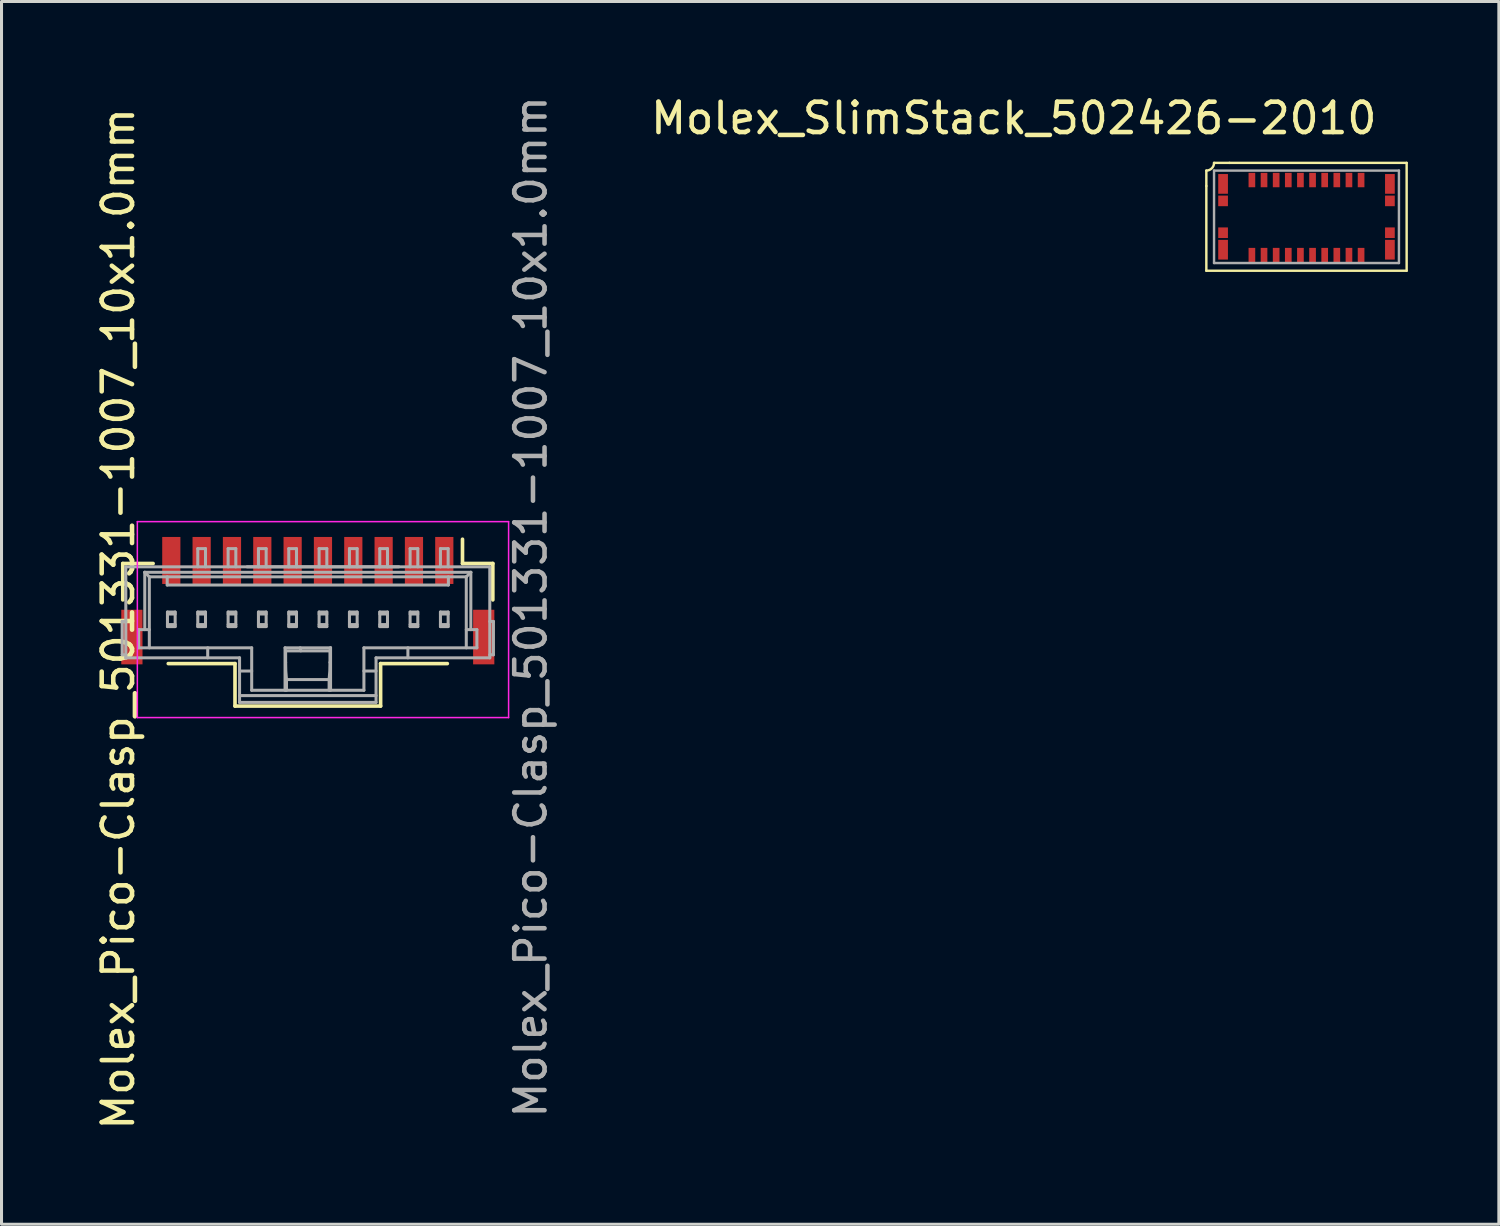
<source format=kicad_pcb>
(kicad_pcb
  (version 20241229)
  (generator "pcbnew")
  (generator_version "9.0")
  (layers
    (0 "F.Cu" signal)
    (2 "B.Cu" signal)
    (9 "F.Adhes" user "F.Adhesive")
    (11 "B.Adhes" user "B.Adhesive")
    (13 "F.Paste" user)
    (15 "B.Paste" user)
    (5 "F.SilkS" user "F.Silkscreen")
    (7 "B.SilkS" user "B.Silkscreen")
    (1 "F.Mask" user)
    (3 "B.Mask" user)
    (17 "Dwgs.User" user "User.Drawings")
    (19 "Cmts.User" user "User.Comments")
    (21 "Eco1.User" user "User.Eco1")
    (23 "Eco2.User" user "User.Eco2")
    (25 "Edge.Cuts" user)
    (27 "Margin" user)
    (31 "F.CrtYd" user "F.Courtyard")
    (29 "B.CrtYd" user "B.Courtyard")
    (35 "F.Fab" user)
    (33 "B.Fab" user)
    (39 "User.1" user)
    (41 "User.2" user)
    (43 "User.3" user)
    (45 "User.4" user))
  (footprint "Molex_Pico-Clasp_501331-1007_10x1.0mm"
    (layer "F.Cu")
    (at 7.598 17.378)
    (property "Reference" "Molex_Pico-Clasp_501331-1007_10x1.0mm" (at -6.75 -0.025 90) (layer "F.SilkS") (effects (font (size 1 1) (thickness 0.15))))
    (attr smd)
    (fp_line (start -6.6 -1.85) (end -5.6 -1.85) (stroke (width 0.12) (type solid)) (layer "F.SilkS"))
    (fp_line (start -6.6 -0.65) (end -6.6 -1.85) (stroke (width 0.12) (type solid)) (layer "F.SilkS"))
    (fp_line (start -2.9 1.45) (end -5.1 1.45) (stroke (width 0.12) (type solid)) (layer "F.SilkS"))
    (fp_line (start -2.9 2.85) (end -2.9 1.45) (stroke (width 0.12) (type solid)) (layer "F.SilkS"))
    (fp_line (start -2.9 2.85) (end 1.9 2.85) (stroke (width 0.12) (type solid)) (layer "F.SilkS"))
    (fp_line (start 1.9 1.45) (end 4.1 1.45) (stroke (width 0.12) (type solid)) (layer "F.SilkS"))
    (fp_line (start 1.9 2.85) (end 1.9 1.45) (stroke (width 0.12) (type solid)) (layer "F.SilkS"))
    (fp_line (start 4.6 -1.85) (end 4.6 -2.65) (stroke (width 0.12) (type solid)) (layer "F.SilkS"))
    (fp_line (start 5.6 -1.85) (end 4.6 -1.85) (stroke (width 0.12) (type solid)) (layer "F.SilkS"))
    (fp_line (start 5.6 -0.65) (end 5.6 -1.85) (stroke (width 0.12) (type solid)) (layer "F.SilkS"))
    (fp_line (start -6.12 -3.23) (end 6.12 -3.23) (stroke (width 0.05) (type solid)) (layer "F.CrtYd"))
    (fp_line (start -6.12 3.23) (end -6.12 -3.23) (stroke (width 0.05) (type solid)) (layer "F.CrtYd"))
    (fp_line (start 6.12 -3.23) (end 6.12 3.23) (stroke (width 0.05) (type solid)) (layer "F.CrtYd"))
    (fp_line (start 6.12 3.23) (end -6.12 3.23) (stroke (width 0.05) (type solid)) (layer "F.CrtYd"))
    (fp_line (start -6.62 0.06) (end -6.62 1.16) (stroke (width 0.1) (type solid)) (layer "F.Fab"))
    (fp_line (start -6.62 0.06) (end -6.5 0.06) (stroke (width 0.1) (type solid)) (layer "F.Fab"))
    (fp_line (start -6.5 -1.74) (end 5.5 -1.74) (stroke (width 0.1) (type solid)) (layer "F.Fab"))
    (fp_line (start -6.5 1.16) (end -6.62 1.16) (stroke (width 0.1) (type solid)) (layer "F.Fab"))
    (fp_line (start -6.5 1.26) (end -6.5 -1.74) (stroke (width 0.1) (type solid)) (layer "F.Fab"))
    (fp_line (start -6.5 1.26) (end -2.75 1.26) (stroke (width 0.1) (type solid)) (layer "F.Fab"))
    (fp_line (start -6.075 0.33) (end -6.075 0.93) (stroke (width 0.1) (type solid)) (layer "F.Fab"))
    (fp_line (start -6.075 0.33) (end -5.725 0.33) (stroke (width 0.1) (type solid)) (layer "F.Fab"))
    (fp_line (start -5.875 -1.56) (end -5.725 -1.41) (stroke (width 0.1) (type solid)) (layer "F.Fab"))
    (fp_line (start -5.875 -1.56) (end 4.875 -1.56) (stroke (width 0.1) (type solid)) (layer "F.Fab"))
    (fp_line (start -5.875 0.33) (end -5.875 -1.56) (stroke (width 0.1) (type solid)) (layer "F.Fab"))
    (fp_line (start -5.725 -1.41) (end 4.725 -1.41) (stroke (width 0.1) (type solid)) (layer "F.Fab"))
    (fp_line (start -5.725 0.93) (end -5.725 -1.41) (stroke (width 0.1) (type solid)) (layer "F.Fab"))
    (fp_line (start -5.135 -1.14) (end -5.135 -1.41) (stroke (width 0.1) (type solid)) (layer "F.Fab"))
    (fp_line (start -5.127 -0.25) (end -5.127 0.23) (stroke (width 0.1) (type solid)) (layer "F.Fab"))
    (fp_line (start -5.127 -0.25) (end -4.873 -0.25) (stroke (width 0.1) (type solid)) (layer "F.Fab"))
    (fp_line (start -5.127 -0.185) (end -4.873 -0.185) (stroke (width 0.1) (type solid)) (layer "F.Fab"))
    (fp_line (start -5.127 0.165) (end -4.873 0.165) (stroke (width 0.1) (type solid)) (layer "F.Fab"))
    (fp_line (start -5.127 0.23) (end -4.873 0.23) (stroke (width 0.1) (type solid)) (layer "F.Fab"))
    (fp_line (start -4.873 -0.25) (end -4.873 0.23) (stroke (width 0.1) (type solid)) (layer "F.Fab"))
    (fp_line (start -4.127 -2.34) (end -3.873 -2.34) (stroke (width 0.1) (type solid)) (layer "F.Fab"))
    (fp_line (start -4.127 -1.74) (end -4.127 -2.34) (stroke (width 0.1) (type solid)) (layer "F.Fab"))
    (fp_line (start -4.127 -0.25) (end -4.127 0.23) (stroke (width 0.1) (type solid)) (layer "F.Fab"))
    (fp_line (start -4.127 -0.25) (end -3.873 -0.25) (stroke (width 0.1) (type solid)) (layer "F.Fab"))
    (fp_line (start -4.127 -0.185) (end -3.873 -0.185) (stroke (width 0.1) (type solid)) (layer "F.Fab"))
    (fp_line (start -4.127 0.165) (end -3.873 0.165) (stroke (width 0.1) (type solid)) (layer "F.Fab"))
    (fp_line (start -4.127 0.23) (end -3.873 0.23) (stroke (width 0.1) (type solid)) (layer "F.Fab"))
    (fp_line (start -3.873 -2.34) (end -3.873 -1.74) (stroke (width 0.1) (type solid)) (layer "F.Fab"))
    (fp_line (start -3.873 -0.25) (end -3.873 0.23) (stroke (width 0.1) (type solid)) (layer "F.Fab"))
    (fp_line (start -3.8 0.93) (end -3.8 1.26) (stroke (width 0.1) (type solid)) (layer "F.Fab"))
    (fp_line (start -3.127 -2.34) (end -3.127 -1.74) (stroke (width 0.1) (type solid)) (layer "F.Fab"))
    (fp_line (start -3.127 -2.34) (end -2.873 -2.34) (stroke (width 0.1) (type solid)) (layer "F.Fab"))
    (fp_line (start -3.127 -0.25) (end -3.127 0.23) (stroke (width 0.1) (type solid)) (layer "F.Fab"))
    (fp_line (start -3.127 -0.25) (end -2.873 -0.25) (stroke (width 0.1) (type solid)) (layer "F.Fab"))
    (fp_line (start -3.127 -0.185) (end -2.873 -0.185) (stroke (width 0.1) (type solid)) (layer "F.Fab"))
    (fp_line (start -3.127 0.165) (end -2.873 0.165) (stroke (width 0.1) (type solid)) (layer "F.Fab"))
    (fp_line (start -3.127 0.23) (end -2.873 0.23) (stroke (width 0.1) (type solid)) (layer "F.Fab"))
    (fp_line (start -2.873 -2.34) (end -2.873 -1.74) (stroke (width 0.1) (type solid)) (layer "F.Fab"))
    (fp_line (start -2.873 -0.25) (end -2.873 0.23) (stroke (width 0.1) (type solid)) (layer "F.Fab"))
    (fp_line (start -2.75 1.695) (end -2.35 1.695) (stroke (width 0.1) (type solid)) (layer "F.Fab"))
    (fp_line (start -2.75 2.505) (end 1.75 2.505) (stroke (width 0.1) (type solid)) (layer "F.Fab"))
    (fp_line (start -2.75 2.73) (end -2.75 1.26) (stroke (width 0.1) (type solid)) (layer "F.Fab"))
    (fp_line (start -2.5 -1.74) (end 2.5 -1.74) (stroke (width 0.1) (type solid)) (layer "F.Fab"))
    (fp_line (start -2.35 0.93) (end -6.075 0.93) (stroke (width 0.1) (type solid)) (layer "F.Fab"))
    (fp_line (start -2.35 0.93) (end -2.35 2.33) (stroke (width 0.1) (type solid)) (layer "F.Fab"))
    (fp_line (start -2.127 -2.34) (end -2.127 -1.74) (stroke (width 0.1) (type solid)) (layer "F.Fab"))
    (fp_line (start -2.127 -2.34) (end -1.873 -2.34) (stroke (width 0.1) (type solid)) (layer "F.Fab"))
    (fp_line (start -2.127 -0.25) (end -2.127 0.23) (stroke (width 0.1) (type solid)) (layer "F.Fab"))
    (fp_line (start -2.127 -0.25) (end -1.873 -0.25) (stroke (width 0.1) (type solid)) (layer "F.Fab"))
    (fp_line (start -2.127 -0.185) (end -1.873 -0.185) (stroke (width 0.1) (type solid)) (layer "F.Fab"))
    (fp_line (start -2.127 0.165) (end -1.873 0.165) (stroke (width 0.1) (type solid)) (layer "F.Fab"))
    (fp_line (start -2.127 0.23) (end -1.873 0.23) (stroke (width 0.1) (type solid)) (layer "F.Fab"))
    (fp_line (start -1.873 -2.34) (end -1.873 -1.74) (stroke (width 0.1) (type solid)) (layer "F.Fab"))
    (fp_line (start -1.873 -0.25) (end -1.873 0.23) (stroke (width 0.1) (type solid)) (layer "F.Fab"))
    (fp_line (start -1.25 0.93) (end 0.25 0.93) (stroke (width 0.1) (type solid)) (layer "F.Fab"))
    (fp_line (start -1.25 2.33) (end -1.25 0.93) (stroke (width 0.1) (type solid)) (layer "F.Fab"))
    (fp_line (start -1.231 1.03) (end 0.231 1.03) (stroke (width 0.1) (type solid)) (layer "F.Fab"))
    (fp_line (start -1.231 1.41) (end -1.231 1.03) (stroke (width 0.1) (type solid)) (layer "F.Fab"))
    (fp_line (start -1.203 1.977) (end -1.203 2.33) (stroke (width 0.1) (type solid)) (layer "F.Fab"))
    (fp_line (start -1.127 -2.34) (end -1.127 -1.74) (stroke (width 0.1) (type solid)) (layer "F.Fab"))
    (fp_line (start -1.127 -2.34) (end -0.873 -2.34) (stroke (width 0.1) (type solid)) (layer "F.Fab"))
    (fp_line (start -1.127 -0.25) (end -1.127 0.23) (stroke (width 0.1) (type solid)) (layer "F.Fab"))
    (fp_line (start -1.127 -0.25) (end -0.873 -0.25) (stroke (width 0.1) (type solid)) (layer "F.Fab"))
    (fp_line (start -1.127 -0.185) (end -0.873 -0.185) (stroke (width 0.1) (type solid)) (layer "F.Fab"))
    (fp_line (start -1.127 0.165) (end -0.873 0.165) (stroke (width 0.1) (type solid)) (layer "F.Fab"))
    (fp_line (start -1.127 0.23) (end -0.873 0.23) (stroke (width 0.1) (type solid)) (layer "F.Fab"))
    (fp_line (start -0.873 -2.34) (end -0.873 -1.74) (stroke (width 0.1) (type solid)) (layer "F.Fab"))
    (fp_line (start -0.873 -0.25) (end -0.873 0.23) (stroke (width 0.1) (type solid)) (layer "F.Fab"))
    (fp_line (start -0.75 0.93) (end -0.731 1.03) (stroke (width 0.1) (type solid)) (layer "F.Fab"))
    (fp_line (start -0.127 -2.34) (end -0.127 -1.74) (stroke (width 0.1) (type solid)) (layer "F.Fab"))
    (fp_line (start -0.127 -2.34) (end 0.127 -2.34) (stroke (width 0.1) (type solid)) (layer "F.Fab"))
    (fp_line (start -0.127 -0.25) (end -0.127 0.23) (stroke (width 0.1) (type solid)) (layer "F.Fab"))
    (fp_line (start -0.127 -0.25) (end 0.127 -0.25) (stroke (width 0.1) (type solid)) (layer "F.Fab"))
    (fp_line (start -0.127 -0.185) (end 0.127 -0.185) (stroke (width 0.1) (type solid)) (layer "F.Fab"))
    (fp_line (start -0.127 0.165) (end 0.127 0.165) (stroke (width 0.1) (type solid)) (layer "F.Fab"))
    (fp_line (start -0.127 0.23) (end 0.127 0.23) (stroke (width 0.1) (type solid)) (layer "F.Fab"))
    (fp_line (start 0.127 -2.34) (end 0.127 -1.74) (stroke (width 0.1) (type solid)) (layer "F.Fab"))
    (fp_line (start 0.127 -0.25) (end 0.127 0.23) (stroke (width 0.1) (type solid)) (layer "F.Fab"))
    (fp_line (start 0.203 1.977) (end -1.203 1.977) (stroke (width 0.1) (type solid)) (layer "F.Fab"))
    (fp_line (start 0.203 2.33) (end 0.203 1.977) (stroke (width 0.1) (type solid)) (layer "F.Fab"))
    (fp_line (start 0.231 1.03) (end 0.25 0.93) (stroke (width 0.1) (type solid)) (layer "F.Fab"))
    (fp_line (start 0.231 1.41) (end 0.231 1.03) (stroke (width 0.1) (type solid)) (layer "F.Fab"))
    (fp_line (start 0.25 0.93) (end 0.25 2.33) (stroke (width 0.1) (type solid)) (layer "F.Fab"))
    (fp_line (start 0.873 -2.34) (end 0.873 -1.74) (stroke (width 0.1) (type solid)) (layer "F.Fab"))
    (fp_line (start 0.873 -2.34) (end 1.127 -2.34) (stroke (width 0.1) (type solid)) (layer "F.Fab"))
    (fp_line (start 0.873 -0.25) (end 0.873 0.23) (stroke (width 0.1) (type solid)) (layer "F.Fab"))
    (fp_line (start 0.873 -0.25) (end 1.127 -0.25) (stroke (width 0.1) (type solid)) (layer "F.Fab"))
    (fp_line (start 0.873 -0.185) (end 1.127 -0.185) (stroke (width 0.1) (type solid)) (layer "F.Fab"))
    (fp_line (start 0.873 0.165) (end 1.127 0.165) (stroke (width 0.1) (type solid)) (layer "F.Fab"))
    (fp_line (start 0.873 0.23) (end 1.127 0.23) (stroke (width 0.1) (type solid)) (layer "F.Fab"))
    (fp_line (start 1.127 -2.34) (end 1.127 -1.74) (stroke (width 0.1) (type solid)) (layer "F.Fab"))
    (fp_line (start 1.127 -0.25) (end 1.127 0.23) (stroke (width 0.1) (type solid)) (layer "F.Fab"))
    (fp_line (start 1.35 1.695) (end 1.75 1.695) (stroke (width 0.1) (type solid)) (layer "F.Fab"))
    (fp_line (start 1.35 2.33) (end -2.35 2.33) (stroke (width 0.1) (type solid)) (layer "F.Fab"))
    (fp_line (start 1.35 2.33) (end 1.35 0.93) (stroke (width 0.1) (type solid)) (layer "F.Fab"))
    (fp_line (start 1.75 1.26) (end 5.5 1.26) (stroke (width 0.1) (type solid)) (layer "F.Fab"))
    (fp_line (start 1.75 2.73) (end -2.75 2.73) (stroke (width 0.1) (type solid)) (layer "F.Fab"))
    (fp_line (start 1.75 2.73) (end 1.75 1.26) (stroke (width 0.1) (type solid)) (layer "F.Fab"))
    (fp_line (start 1.873 -2.34) (end 1.873 -1.74) (stroke (width 0.1) (type solid)) (layer "F.Fab"))
    (fp_line (start 1.873 -2.34) (end 2.127 -2.34) (stroke (width 0.1) (type solid)) (layer "F.Fab"))
    (fp_line (start 1.873 -0.25) (end 1.873 0.23) (stroke (width 0.1) (type solid)) (layer "F.Fab"))
    (fp_line (start 1.873 -0.25) (end 2.127 -0.25) (stroke (width 0.1) (type solid)) (layer "F.Fab"))
    (fp_line (start 1.873 -0.185) (end 2.127 -0.185) (stroke (width 0.1) (type solid)) (layer "F.Fab"))
    (fp_line (start 1.873 0.165) (end 2.127 0.165) (stroke (width 0.1) (type solid)) (layer "F.Fab"))
    (fp_line (start 1.873 0.23) (end 2.127 0.23) (stroke (width 0.1) (type solid)) (layer "F.Fab"))
    (fp_line (start 2.127 -2.34) (end 2.127 -1.74) (stroke (width 0.1) (type solid)) (layer "F.Fab"))
    (fp_line (start 2.127 -0.25) (end 2.127 0.23) (stroke (width 0.1) (type solid)) (layer "F.Fab"))
    (fp_line (start 2.8 1.26) (end 2.8 0.93) (stroke (width 0.1) (type solid)) (layer "F.Fab"))
    (fp_line (start 2.873 -2.34) (end 2.873 -1.74) (stroke (width 0.1) (type solid)) (layer "F.Fab"))
    (fp_line (start 2.873 -2.34) (end 3.127 -2.34) (stroke (width 0.1) (type solid)) (layer "F.Fab"))
    (fp_line (start 2.873 -0.25) (end 2.873 0.23) (stroke (width 0.1) (type solid)) (layer "F.Fab"))
    (fp_line (start 2.873 -0.25) (end 3.127 -0.25) (stroke (width 0.1) (type solid)) (layer "F.Fab"))
    (fp_line (start 2.873 -0.185) (end 3.127 -0.185) (stroke (width 0.1) (type solid)) (layer "F.Fab"))
    (fp_line (start 2.873 0.165) (end 3.127 0.165) (stroke (width 0.1) (type solid)) (layer "F.Fab"))
    (fp_line (start 2.873 0.23) (end 3.127 0.23) (stroke (width 0.1) (type solid)) (layer "F.Fab"))
    (fp_line (start 3.127 -1.74) (end 3.127 -2.34) (stroke (width 0.1) (type solid)) (layer "F.Fab"))
    (fp_line (start 3.127 -0.25) (end 3.127 0.23) (stroke (width 0.1) (type solid)) (layer "F.Fab"))
    (fp_line (start 3.873 -2.34) (end 4.127 -2.34) (stroke (width 0.1) (type solid)) (layer "F.Fab"))
    (fp_line (start 3.873 -1.74) (end 3.873 -2.34) (stroke (width 0.1) (type solid)) (layer "F.Fab"))
    (fp_line (start 3.873 -0.25) (end 3.873 0.23) (stroke (width 0.1) (type solid)) (layer "F.Fab"))
    (fp_line (start 3.873 -0.25) (end 4.127 -0.25) (stroke (width 0.1) (type solid)) (layer "F.Fab"))
    (fp_line (start 3.873 -0.185) (end 4.127 -0.185) (stroke (width 0.1) (type solid)) (layer "F.Fab"))
    (fp_line (start 3.873 0.165) (end 4.127 0.165) (stroke (width 0.1) (type solid)) (layer "F.Fab"))
    (fp_line (start 3.873 0.23) (end 4.127 0.23) (stroke (width 0.1) (type solid)) (layer "F.Fab"))
    (fp_line (start 4.127 -2.34) (end 4.127 -1.74) (stroke (width 0.1) (type solid)) (layer "F.Fab"))
    (fp_line (start 4.127 -0.25) (end 4.127 0.23) (stroke (width 0.1) (type solid)) (layer "F.Fab"))
    (fp_line (start 4.135 -1.14) (end -5.135 -1.14) (stroke (width 0.1) (type solid)) (layer "F.Fab"))
    (fp_line (start 4.135 -1.14) (end 4.135 -1.41) (stroke (width 0.1) (type solid)) (layer "F.Fab"))
    (fp_line (start 4.725 -1.41) (end 4.725 0.93) (stroke (width 0.1) (type solid)) (layer "F.Fab"))
    (fp_line (start 4.725 -1.41) (end 4.875 -1.56) (stroke (width 0.1) (type solid)) (layer "F.Fab"))
    (fp_line (start 4.875 -1.56) (end 4.875 0.33) (stroke (width 0.1) (type solid)) (layer "F.Fab"))
    (fp_line (start 5.075 0.33) (end 4.725 0.33) (stroke (width 0.1) (type solid)) (layer "F.Fab"))
    (fp_line (start 5.075 0.93) (end 1.35 0.93) (stroke (width 0.1) (type solid)) (layer "F.Fab"))
    (fp_line (start 5.075 0.93) (end 5.075 0.33) (stroke (width 0.1) (type solid)) (layer "F.Fab"))
    (fp_line (start 5.5 -1.74) (end 5.5 1.26) (stroke (width 0.1) (type solid)) (layer "F.Fab"))
    (fp_line (start 5.5 0.06) (end 5.62 0.06) (stroke (width 0.1) (type solid)) (layer "F.Fab"))
    (fp_line (start 5.62 1.16) (end 5.5 1.16) (stroke (width 0.1) (type solid)) (layer "F.Fab"))
    (fp_line (start 5.62 1.16) (end 5.62 0.06) (stroke (width 0.1) (type solid)) (layer "F.Fab"))
    (fp_arc (start -1.202818 1.977078) (mid -1.22524 1.693813) (end -1.230742 1.409716) (stroke (width 0.1) (type solid)) (layer "F.Fab"))
    (fp_arc (start 0.230742 1.409717) (mid 0.22524 1.693814) (end 0.202818 1.977079) (stroke (width 0.1) (type solid)) (layer "F.Fab"))
    (fp_text user "${REFERENCE}" (at 6.85 -0.42 90) (layer "F.Fab") (effects (font (size 1 1) (thickness 0.15))))
    (pad "1" smd rect (at 4 -1.95) (size 0.6 1.55) (layers "F.Cu" "F.Mask" "F.Paste"))
    (pad "2" smd rect (at 3 -1.95) (size 0.6 1.55) (layers "F.Cu" "F.Mask" "F.Paste"))
    (pad "3" smd rect (at 2 -1.95) (size 0.6 1.55) (layers "F.Cu" "F.Mask" "F.Paste"))
    (pad "4" smd rect (at 1 -1.95) (size 0.6 1.55) (layers "F.Cu" "F.Mask" "F.Paste"))
    (pad "5" smd rect (at 0 -1.95) (size 0.6 1.55) (layers "F.Cu" "F.Mask" "F.Paste"))
    (pad "6" smd rect (at -1 -1.95) (size 0.6 1.55) (layers "F.Cu" "F.Mask" "F.Paste"))
    (pad "7" smd rect (at -2 -1.95) (size 0.6 1.55) (layers "F.Cu" "F.Mask" "F.Paste"))
    (pad "8" smd rect (at -3 -1.95) (size 0.6 1.55) (layers "F.Cu" "F.Mask" "F.Paste"))
    (pad "9" smd rect (at -4 -1.95) (size 0.6 1.55) (layers "F.Cu" "F.Mask" "F.Paste"))
    (pad "10" smd rect (at -5 -1.95) (size 0.6 1.55) (layers "F.Cu" "F.Mask" "F.Paste"))
    (pad "11" smd rect (at -6.3 0.575) (size 0.7 1.8) (layers "F.Cu" "F.Mask" "F.Paste"))
    (pad "11" smd rect (at 5.3 0.575) (size 0.7 1.8) (layers "F.Cu" "F.Mask" "F.Paste")))
  (footprint "Molex_SlimStack_502426-2010"
    (layer "F.Cu")
    (at 40.024 4.098)
    (property "Reference" "Molex_SlimStack_502426-2010" (at -9.65 -3.25 0) (layer "F.SilkS") (effects (font (size 1 1) (thickness 0.15))))
    (attr through_hole)
    (fp_line (start -3.302 -1.016) (end -3.302 -1.524) (stroke (width 0.08) (type solid)) (layer "F.SilkS"))
    (fp_line (start -3.302 1.778) (end -3.302 -1.016) (stroke (width 0.08) (type solid)) (layer "F.SilkS"))
    (fp_line (start -2.54 -1.778) (end -3.048 -1.778) (stroke (width 0.08) (type solid)) (layer "F.SilkS"))
    (fp_line (start -2.54 -1.778) (end 3.302 -1.778) (stroke (width 0.08) (type solid)) (layer "F.SilkS"))
    (fp_line (start 3.302 -1.778) (end 3.302 1.778) (stroke (width 0.08) (type solid)) (layer "F.SilkS"))
    (fp_line (start 3.302 1.778) (end -3.302 1.778) (stroke (width 0.08) (type solid)) (layer "F.SilkS"))
    (fp_arc (start -3.048 -1.778) (mid -3.122395 -1.598395) (end -3.302 -1.524) (stroke (width 0.08) (type solid)) (layer "F.SilkS"))
    (fp_line (start -3.048 -1.524) (end 3.048 -1.524) (stroke (width 0.08) (type solid)) (layer "F.Fab"))
    (fp_line (start -3.048 1.524) (end -3.048 -1.524) (stroke (width 0.08) (type solid)) (layer "F.Fab"))
    (fp_line (start 3.048 -1.524) (end 3.048 1.524) (stroke (width 0.08) (type solid)) (layer "F.Fab"))
    (fp_line (start 3.048 1.524) (end -3.048 1.524) (stroke (width 0.08) (type solid)) (layer "F.Fab"))
    (pad "1" smd rect (at -1.8 -1.212) (size 0.22 0.475) (layers "F.Cu" "F.Mask" "F.Paste"))
    (pad "2" smd rect (at -1.8 1.262) (size 0.22 0.475) (layers "F.Cu" "F.Mask" "F.Paste"))
    (pad "3" smd rect (at -1.4 -1.212) (size 0.22 0.475) (layers "F.Cu" "F.Mask" "F.Paste"))
    (pad "4" smd rect (at -1.4 1.262) (size 0.22 0.475) (layers "F.Cu" "F.Mask" "F.Paste"))
    (pad "5" smd rect (at -1 -1.212) (size 0.22 0.475) (layers "F.Cu" "F.Mask" "F.Paste"))
    (pad "6" smd rect (at -1 1.262) (size 0.22 0.475) (layers "F.Cu" "F.Mask" "F.Paste"))
    (pad "7" smd rect (at -0.6 -1.212) (size 0.22 0.475) (layers "F.Cu" "F.Mask" "F.Paste"))
    (pad "8" smd rect (at -0.6 1.262) (size 0.22 0.475) (layers "F.Cu" "F.Mask" "F.Paste"))
    (pad "9" smd rect (at -0.2 -1.212) (size 0.22 0.475) (layers "F.Cu" "F.Mask" "F.Paste"))
    (pad "10" smd rect (at -0.2 1.262) (size 0.22 0.475) (layers "F.Cu" "F.Mask" "F.Paste"))
    (pad "11" smd rect (at 0.2 -1.212) (size 0.22 0.475) (layers "F.Cu" "F.Mask" "F.Paste"))
    (pad "12" smd rect (at 0.2 1.262) (size 0.22 0.475) (layers "F.Cu" "F.Mask" "F.Paste"))
    (pad "13" smd rect (at 0.6 -1.212) (size 0.22 0.475) (layers "F.Cu" "F.Mask" "F.Paste"))
    (pad "14" smd rect (at 0.6 1.262) (size 0.22 0.475) (layers "F.Cu" "F.Mask" "F.Paste"))
    (pad "15" smd rect (at 1 -1.212) (size 0.22 0.475) (layers "F.Cu" "F.Mask" "F.Paste"))
    (pad "16" smd rect (at 1 1.262) (size 0.22 0.475) (layers "F.Cu" "F.Mask" "F.Paste"))
    (pad "17" smd rect (at 1.4 -1.212) (size 0.22 0.475) (layers "F.Cu" "F.Mask" "F.Paste"))
    (pad "18" smd rect (at 1.4 1.262) (size 0.22 0.475) (layers "F.Cu" "F.Mask" "F.Paste"))
    (pad "19" smd rect (at 1.8 -1.212) (size 0.22 0.475) (layers "F.Cu" "F.Mask" "F.Paste"))
    (pad "20" smd rect (at 1.8 1.262) (size 0.22 0.475) (layers "F.Cu" "F.Mask" "F.Paste"))
    (pad "21" smd rect (at -2.75 -1.085) (size 0.32 0.65) (layers "F.Cu" "F.Mask" "F.Paste"))
    (pad "21" smd rect (at -2.75 -0.525) (size 0.32 0.35) (layers "F.Cu" "F.Mask" "F.Paste"))
    (pad "21" smd rect (at -2.75 0.525) (size 0.32 0.35) (layers "F.Cu" "F.Mask" "F.Paste"))
    (pad "21" smd rect (at -2.75 1.085) (size 0.32 0.65) (layers "F.Cu" "F.Mask" "F.Paste"))
    (pad "21" smd rect (at 2.75 -1.085) (size 0.32 0.65) (layers "F.Cu" "F.Mask" "F.Paste"))
    (pad "21" smd rect (at 2.75 -0.525) (size 0.32 0.35) (layers "F.Cu" "F.Mask" "F.Paste"))
    (pad "21" smd rect (at 2.75 0.525) (size 0.32 0.35) (layers "F.Cu" "F.Mask" "F.Paste"))
    (pad "21" smd rect (at 2.75 1.085) (size 0.32 0.65) (layers "F.Cu" "F.Mask" "F.Paste")))
  (gr_rect
    (start -3 -3)
    (end 46.366 37.312)
    (stroke (width 0.1) (type default))
    (fill no)
    (layer "Edge.Cuts")))
</source>
